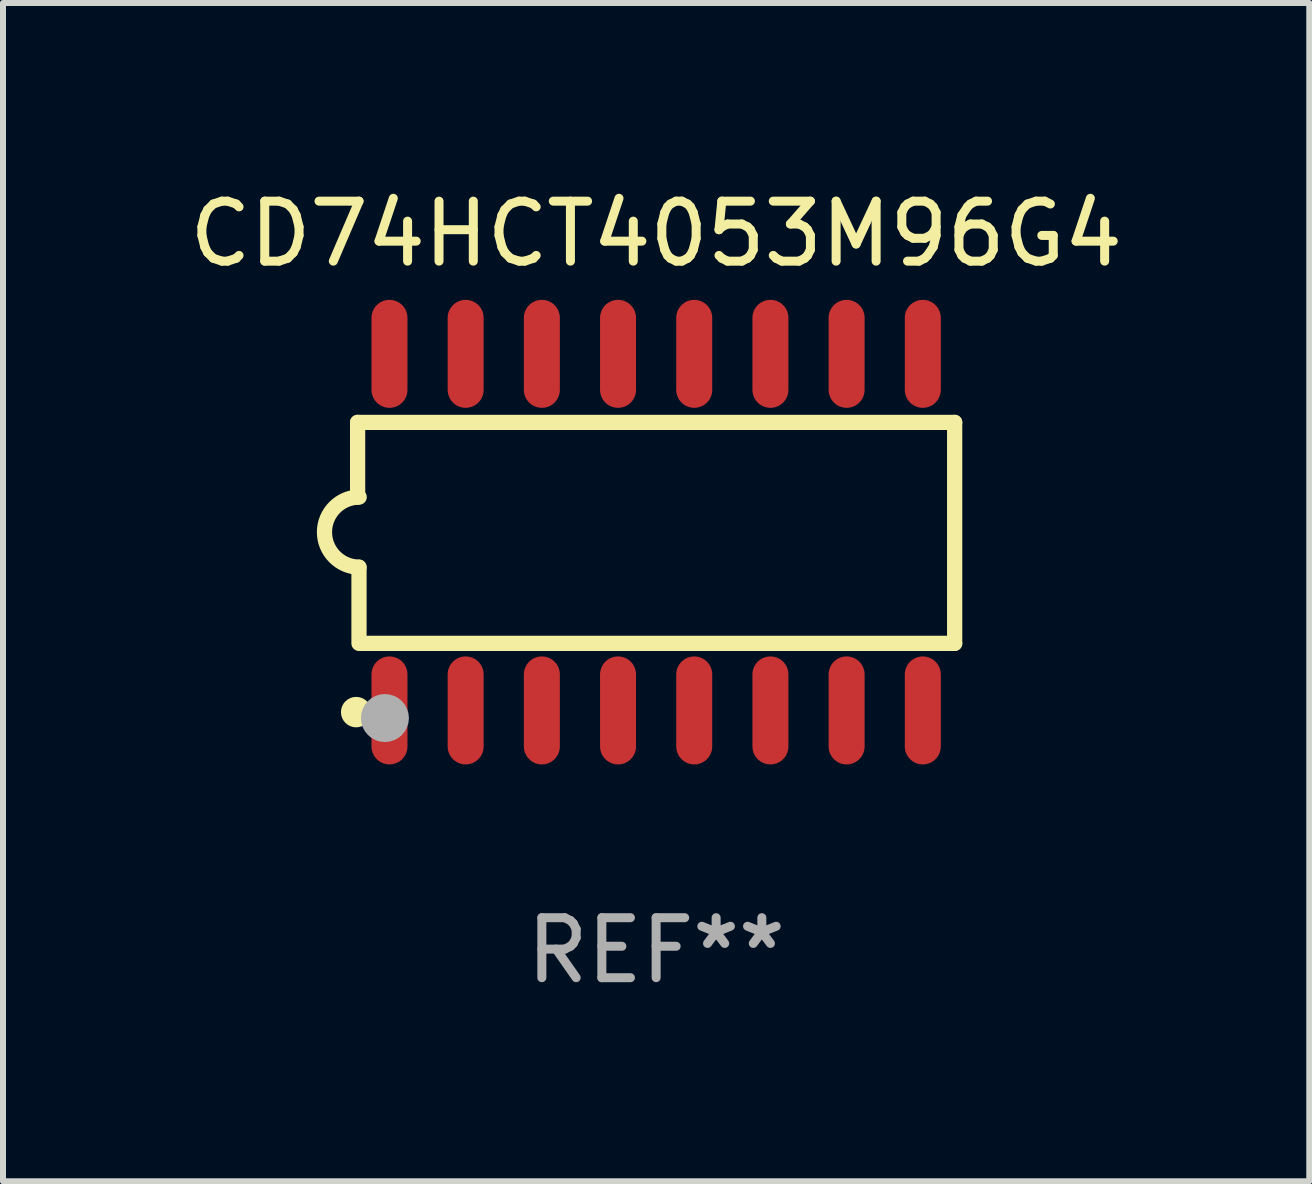
<source format=kicad_pcb>
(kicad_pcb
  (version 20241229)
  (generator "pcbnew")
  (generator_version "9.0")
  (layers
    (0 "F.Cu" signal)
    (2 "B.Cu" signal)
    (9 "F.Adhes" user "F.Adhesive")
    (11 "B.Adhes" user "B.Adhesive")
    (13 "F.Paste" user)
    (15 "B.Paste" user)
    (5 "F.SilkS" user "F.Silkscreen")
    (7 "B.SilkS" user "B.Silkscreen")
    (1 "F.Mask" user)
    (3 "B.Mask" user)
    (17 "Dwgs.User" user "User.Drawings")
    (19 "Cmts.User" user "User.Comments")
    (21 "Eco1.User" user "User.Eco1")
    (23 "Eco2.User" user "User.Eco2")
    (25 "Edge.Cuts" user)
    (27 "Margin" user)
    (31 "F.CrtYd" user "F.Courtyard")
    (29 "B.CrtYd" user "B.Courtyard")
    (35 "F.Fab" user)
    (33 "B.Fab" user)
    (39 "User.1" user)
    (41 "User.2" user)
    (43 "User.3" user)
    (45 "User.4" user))
  (footprint "CD74HCT4053M96G4"
    (layer "F.Cu")
    (at 7.887 5.82)
    (property "Reference" "CD74HCT4053M96G4" (at 0 -4.972 0) (layer "F.SilkS") (effects (font (size 1 1) (thickness 0.15))))
    (attr through_hole)
    (fp_line (start -4.976 -1.829) (end -4.976 -0.584) (stroke (width 0.254) (type solid)) (layer "F.SilkS"))
    (fp_line (start -4.953 0.584) (end -4.953 1.854) (stroke (width 0.254) (type solid)) (layer "F.SilkS"))
    (fp_line (start -4.928 1.854) (end 4.976 1.854) (stroke (width 0.254) (type solid)) (layer "F.SilkS"))
    (fp_line (start 4.976 -1.829) (end -4.976 -1.829) (stroke (width 0.254) (type solid)) (layer "F.SilkS"))
    (fp_line (start 4.976 1.854) (end 4.976 -1.829) (stroke (width 0.254) (type solid)) (layer "F.SilkS"))
    (fp_arc (start -4.95301 0.584201) (mid -5.533866 -0.00152) (end -4.950088 -0.584329) (stroke (width 0.254001) (type solid)) (layer "F.SilkS"))
    (fp_circle (center -5 3) (end -4.873 3) (stroke (width 0.254) (type solid)) (fill no) (layer "F.SilkS"))
    (fp_circle (center -4.521 3.099) (end -4.321 3.099) (stroke (width 0.4) (type solid)) (fill no) (layer "F.Fab"))
    (fp_text user "REF**" (at 0 6.972 0) (layer "F.Fab") (effects (font (size 1 1) (thickness 0.15))))
    (pad "1" smd oval (at -4.445 2.972 180) (size 0.6 1.8) (layers "F.Cu" "F.Mask" "F.Paste"))
    (pad "2" smd oval (at -3.175 2.972 180) (size 0.6 1.8) (layers "F.Cu" "F.Mask" "F.Paste"))
    (pad "3" smd oval (at -1.905 2.972 180) (size 0.6 1.8) (layers "F.Cu" "F.Mask" "F.Paste"))
    (pad "4" smd oval (at -0.635 2.972 180) (size 0.6 1.8) (layers "F.Cu" "F.Mask" "F.Paste"))
    (pad "5" smd oval (at 0.635 2.972 180) (size 0.6 1.8) (layers "F.Cu" "F.Mask" "F.Paste"))
    (pad "6" smd oval (at 1.905 2.972 180) (size 0.6 1.8) (layers "F.Cu" "F.Mask" "F.Paste"))
    (pad "7" smd oval (at 3.175 2.972 180) (size 0.6 1.8) (layers "F.Cu" "F.Mask" "F.Paste"))
    (pad "8" smd oval (at 4.445 2.972 180) (size 0.6 1.8) (layers "F.Cu" "F.Mask" "F.Paste"))
    (pad "9" smd oval (at 4.445 -2.972 180) (size 0.6 1.8) (layers "F.Cu" "F.Mask" "F.Paste"))
    (pad "10" smd oval (at 3.175 -2.972 180) (size 0.6 1.8) (layers "F.Cu" "F.Mask" "F.Paste"))
    (pad "11" smd oval (at 1.905 -2.972 180) (size 0.6 1.8) (layers "F.Cu" "F.Mask" "F.Paste"))
    (pad "12" smd oval (at 0.635 -2.972 180) (size 0.6 1.8) (layers "F.Cu" "F.Mask" "F.Paste"))
    (pad "13" smd oval (at -0.635 -2.972 180) (size 0.6 1.8) (layers "F.Cu" "F.Mask" "F.Paste"))
    (pad "14" smd oval (at -1.905 -2.972 180) (size 0.6 1.8) (layers "F.Cu" "F.Mask" "F.Paste"))
    (pad "15" smd oval (at -3.175 -2.972 180) (size 0.6 1.8) (layers "F.Cu" "F.Mask" "F.Paste"))
    (pad "16" smd oval (at -4.445 -2.972 180) (size 0.6 1.8) (layers "F.Cu" "F.Mask" "F.Paste")))
  (gr_rect
    (start -3 -3)
    (end 18.774 16.64)
    (stroke (width 0.1) (type default))
    (fill no)
    (layer "Edge.Cuts")))
</source>
